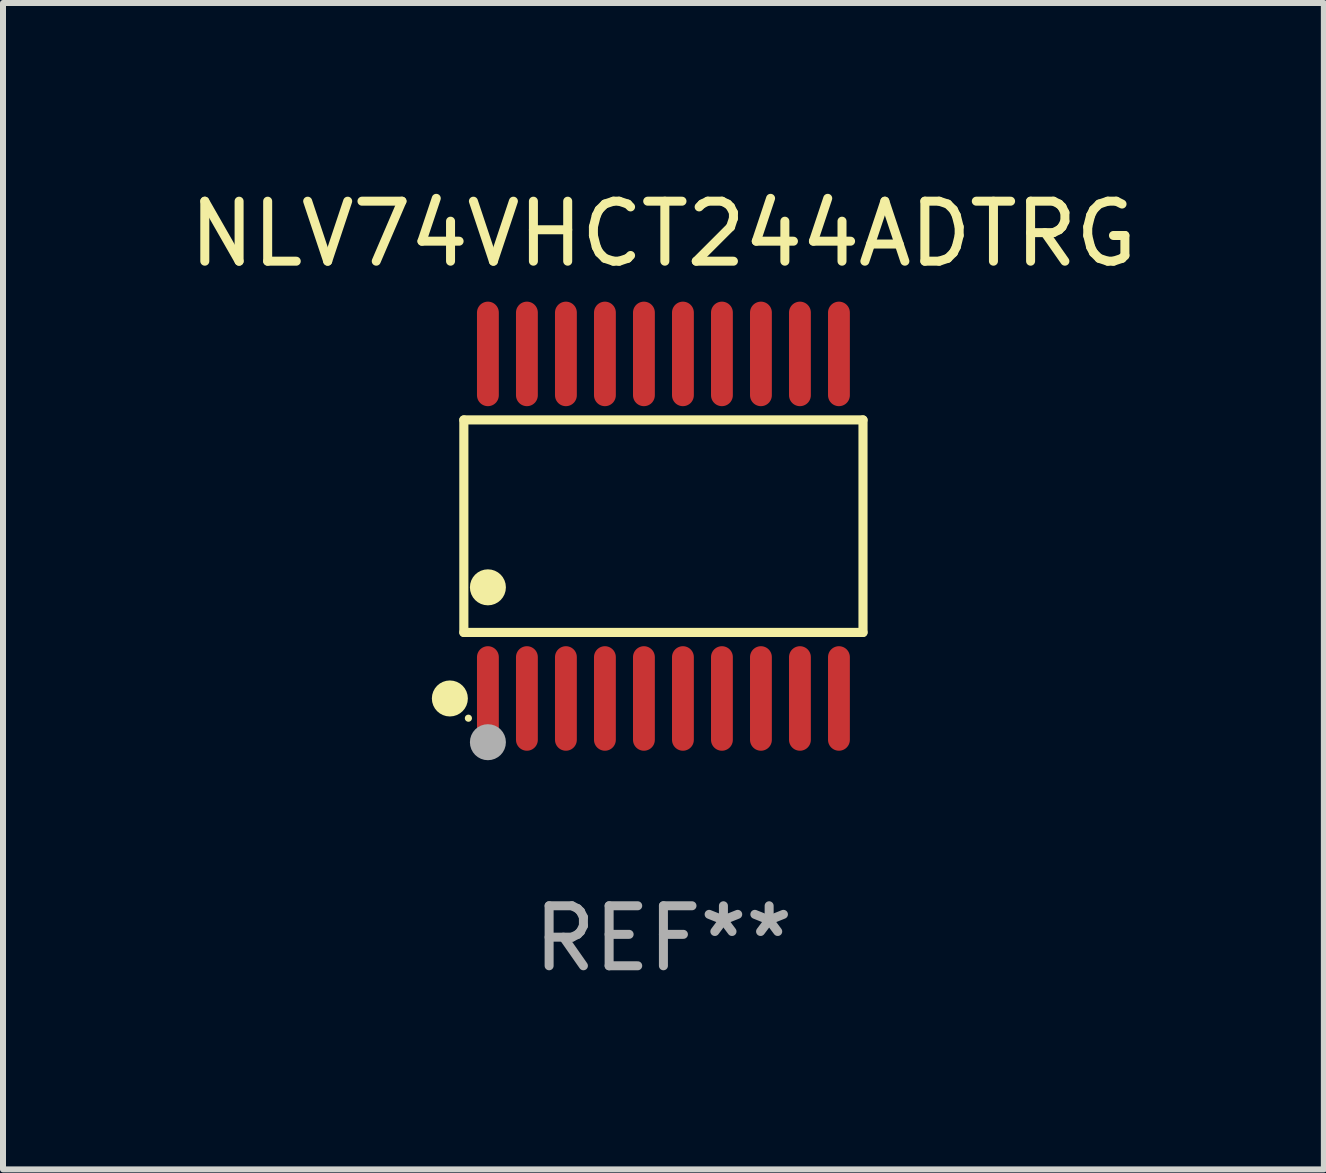
<source format=kicad_pcb>
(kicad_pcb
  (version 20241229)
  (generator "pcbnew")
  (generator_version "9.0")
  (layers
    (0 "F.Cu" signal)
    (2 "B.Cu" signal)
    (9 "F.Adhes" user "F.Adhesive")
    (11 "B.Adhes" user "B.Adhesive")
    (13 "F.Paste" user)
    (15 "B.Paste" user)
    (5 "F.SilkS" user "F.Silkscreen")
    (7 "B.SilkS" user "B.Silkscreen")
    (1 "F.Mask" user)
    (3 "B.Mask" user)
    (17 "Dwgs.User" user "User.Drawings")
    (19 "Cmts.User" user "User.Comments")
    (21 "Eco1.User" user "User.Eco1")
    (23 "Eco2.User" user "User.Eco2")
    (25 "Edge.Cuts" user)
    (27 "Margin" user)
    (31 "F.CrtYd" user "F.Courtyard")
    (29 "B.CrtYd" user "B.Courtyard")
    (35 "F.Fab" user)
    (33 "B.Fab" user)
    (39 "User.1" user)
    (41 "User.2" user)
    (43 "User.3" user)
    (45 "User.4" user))
  (footprint "NLV74VHCT244ADTRG"
    (layer "F.Cu")
    (at 8.006 5.719)
    (property "Reference" "NLV74VHCT244ADTRG" (at 0 -4.871 0) (layer "F.SilkS") (effects (font (size 1 1) (thickness 0.15))))
    (attr through_hole)
    (fp_line (start -3.326 -1.771) (end 3.326 -1.771) (stroke (width 0.152) (type solid)) (layer "F.SilkS"))
    (fp_line (start -3.326 1.771) (end -3.326 -1.771) (stroke (width 0.152) (type solid)) (layer "F.SilkS"))
    (fp_line (start 3.326 -1.771) (end 3.326 1.771) (stroke (width 0.152) (type solid)) (layer "F.SilkS"))
    (fp_line (start 3.326 1.771) (end -3.326 1.771) (stroke (width 0.152) (type solid)) (layer "F.SilkS"))
    (fp_circle (center -3.559 2.871) (end -3.409 2.871) (stroke (width 0.3) (type solid)) (fill no) (layer "F.SilkS"))
    (fp_circle (center -3.25 3.2) (end -3.22 3.2) (stroke (width 0.06) (type solid)) (fill no) (layer "F.SilkS"))
    (fp_circle (center -2.925 1.019) (end -2.775 1.019) (stroke (width 0.3) (type solid)) (fill no) (layer "F.SilkS"))
    (fp_circle (center -2.925 3.6) (end -2.775 3.6) (stroke (width 0.3) (type solid)) (fill no) (layer "F.Fab"))
    (fp_text user "REF**" (at 0 6.871 0) (layer "F.Fab") (effects (font (size 1 1) (thickness 0.15))))
    (pad "1" smd oval (at -2.925 2.871) (size 0.364 1.742) (layers "F.Cu" "F.Mask" "F.Paste"))
    (pad "2" smd oval (at -2.275 2.871) (size 0.364 1.742) (layers "F.Cu" "F.Mask" "F.Paste"))
    (pad "3" smd oval (at -1.625 2.871) (size 0.364 1.742) (layers "F.Cu" "F.Mask" "F.Paste"))
    (pad "4" smd oval (at -0.975 2.871) (size 0.364 1.742) (layers "F.Cu" "F.Mask" "F.Paste"))
    (pad "5" smd oval (at -0.325 2.871) (size 0.364 1.742) (layers "F.Cu" "F.Mask" "F.Paste"))
    (pad "6" smd oval (at 0.325 2.871) (size 0.364 1.742) (layers "F.Cu" "F.Mask" "F.Paste"))
    (pad "7" smd oval (at 0.975 2.871) (size 0.364 1.742) (layers "F.Cu" "F.Mask" "F.Paste"))
    (pad "8" smd oval (at 1.625 2.871) (size 0.364 1.742) (layers "F.Cu" "F.Mask" "F.Paste"))
    (pad "9" smd oval (at 2.275 2.871) (size 0.364 1.742) (layers "F.Cu" "F.Mask" "F.Paste"))
    (pad "10" smd oval (at 2.925 2.871) (size 0.364 1.742) (layers "F.Cu" "F.Mask" "F.Paste"))
    (pad "11" smd oval (at 2.925 -2.871) (size 0.364 1.742) (layers "F.Cu" "F.Mask" "F.Paste"))
    (pad "12" smd oval (at 2.275 -2.871) (size 0.364 1.742) (layers "F.Cu" "F.Mask" "F.Paste"))
    (pad "13" smd oval (at 1.625 -2.871) (size 0.364 1.742) (layers "F.Cu" "F.Mask" "F.Paste"))
    (pad "14" smd oval (at 0.975 -2.871) (size 0.364 1.742) (layers "F.Cu" "F.Mask" "F.Paste"))
    (pad "15" smd oval (at 0.325 -2.871) (size 0.364 1.742) (layers "F.Cu" "F.Mask" "F.Paste"))
    (pad "16" smd oval (at -0.325 -2.871) (size 0.364 1.742) (layers "F.Cu" "F.Mask" "F.Paste"))
    (pad "17" smd oval (at -0.975 -2.871) (size 0.364 1.742) (layers "F.Cu" "F.Mask" "F.Paste"))
    (pad "18" smd oval (at -1.625 -2.871) (size 0.364 1.742) (layers "F.Cu" "F.Mask" "F.Paste"))
    (pad "19" smd oval (at -2.275 -2.871) (size 0.364 1.742) (layers "F.Cu" "F.Mask" "F.Paste"))
    (pad "20" smd oval (at -2.925 -2.871) (size 0.364 1.742) (layers "F.Cu" "F.Mask" "F.Paste")))
  (gr_rect
    (start -3 -3)
    (end 19.012 16.438)
    (stroke (width 0.1) (type default))
    (fill no)
    (layer "Edge.Cuts")))
</source>
